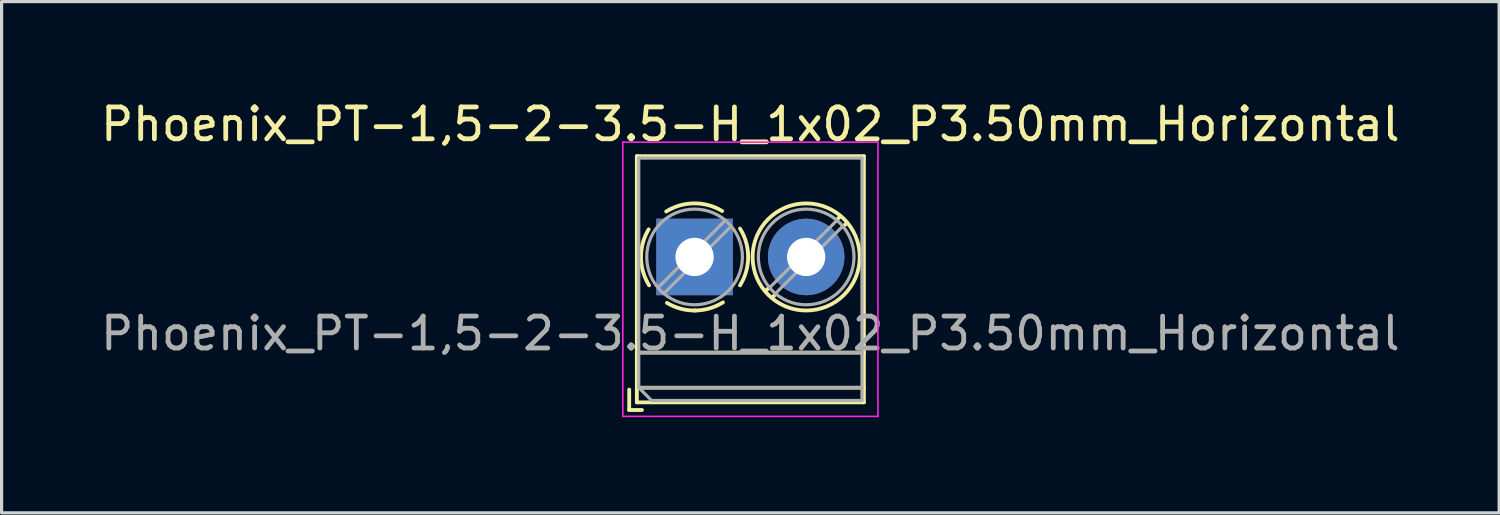
<source format=kicad_pcb>
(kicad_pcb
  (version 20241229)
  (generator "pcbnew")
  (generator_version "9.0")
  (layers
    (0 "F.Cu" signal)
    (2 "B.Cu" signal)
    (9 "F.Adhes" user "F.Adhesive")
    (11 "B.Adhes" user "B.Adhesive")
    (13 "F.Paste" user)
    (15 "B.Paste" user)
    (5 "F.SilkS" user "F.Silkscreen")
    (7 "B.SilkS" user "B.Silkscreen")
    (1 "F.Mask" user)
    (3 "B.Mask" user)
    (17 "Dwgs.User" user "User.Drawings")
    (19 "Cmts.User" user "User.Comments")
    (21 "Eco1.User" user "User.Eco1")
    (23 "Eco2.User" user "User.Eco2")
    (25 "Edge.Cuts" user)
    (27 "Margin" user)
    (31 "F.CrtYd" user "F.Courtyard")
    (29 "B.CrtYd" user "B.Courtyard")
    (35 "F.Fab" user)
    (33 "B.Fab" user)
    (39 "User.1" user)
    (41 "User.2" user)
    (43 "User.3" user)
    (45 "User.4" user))
  (footprint "Phoenix_PT-1,5-2-3.5-H_1x02_P3.50mm_Horizontal"
    (layer "F.Cu")
    (at 18.732 5.008)
    (property "Reference" "Phoenix_PT-1,5-2-3.5-H_1x02_P3.50mm_Horizontal" (at 1.75 -4.16 0) (layer "F.SilkS") (effects (font (size 1 1) (thickness 0.15))))
    (attr through_hole)
    (fp_line (start -2.05 4.16) (end -2.05 4.8) (stroke (width 0.12) (type solid)) (layer "F.SilkS"))
    (fp_line (start -2.05 4.8) (end -1.65 4.8) (stroke (width 0.12) (type solid)) (layer "F.SilkS"))
    (fp_line (start -1.81 -3.16) (end -1.81 4.56) (stroke (width 0.12) (type solid)) (layer "F.SilkS"))
    (fp_line (start -1.81 -3.16) (end 5.31 -3.16) (stroke (width 0.12) (type solid)) (layer "F.SilkS"))
    (fp_line (start -1.81 3) (end 5.31 3) (stroke (width 0.12) (type solid)) (layer "F.SilkS"))
    (fp_line (start -1.81 4.1) (end 5.31 4.1) (stroke (width 0.12) (type solid)) (layer "F.SilkS"))
    (fp_line (start -1.81 4.56) (end 5.31 4.56) (stroke (width 0.12) (type solid)) (layer "F.SilkS"))
    (fp_line (start 2.355 0.941) (end 2.226 1.069) (stroke (width 0.12) (type solid)) (layer "F.SilkS"))
    (fp_line (start 2.525 1.181) (end 2.431 1.274) (stroke (width 0.12) (type solid)) (layer "F.SilkS"))
    (fp_line (start 4.57 -1.275) (end 4.476 -1.181) (stroke (width 0.12) (type solid)) (layer "F.SilkS"))
    (fp_line (start 4.775 -1.069) (end 4.646 -0.941) (stroke (width 0.12) (type solid)) (layer "F.SilkS"))
    (fp_line (start 5.31 -3.16) (end 5.31 4.56) (stroke (width 0.12) (type solid)) (layer "F.SilkS"))
    (fp_arc (start -1.425358 0.889894) (mid -1.680286 0.014012) (end -1.44 -0.866) (stroke (width 0.12) (type solid)) (layer "F.SilkS"))
    (fp_arc (start -0.889894 -1.425358) (mid -0.014012 -1.680286) (end 0.866 -1.44) (stroke (width 0.12) (type solid)) (layer "F.SilkS"))
    (fp_arc (start 0.028674 1.680099) (mid -0.435535 1.622918) (end -0.866 1.44) (stroke (width 0.12) (type solid)) (layer "F.SilkS"))
    (fp_arc (start 0.890264 1.424721) (mid 0.463071 1.61492) (end 0 1.68) (stroke (width 0.12) (type solid)) (layer "F.SilkS"))
    (fp_arc (start 1.425504 -0.890193) (mid 1.680626 0.000476) (end 1.425 0.891) (stroke (width 0.12) (type solid)) (layer "F.SilkS"))
    (fp_circle (center 3.5 0) (end 5.18 0) (stroke (width 0.12) (type solid)) (fill no) (layer "F.SilkS"))
    (fp_line (start -2.25 -3.6) (end -2.25 5) (stroke (width 0.05) (type solid)) (layer "F.CrtYd"))
    (fp_line (start -2.25 5) (end 5.75 5) (stroke (width 0.05) (type solid)) (layer "F.CrtYd"))
    (fp_line (start 5.75 -3.6) (end -2.25 -3.6) (stroke (width 0.05) (type solid)) (layer "F.CrtYd"))
    (fp_line (start 5.75 5) (end 5.75 -3.6) (stroke (width 0.05) (type solid)) (layer "F.CrtYd"))
    (fp_line (start -1.75 -3.1) (end 5.25 -3.1) (stroke (width 0.1) (type solid)) (layer "F.Fab"))
    (fp_line (start -1.75 3) (end 5.25 3) (stroke (width 0.1) (type solid)) (layer "F.Fab"))
    (fp_line (start -1.75 4.1) (end -1.75 -3.1) (stroke (width 0.1) (type solid)) (layer "F.Fab"))
    (fp_line (start -1.75 4.1) (end 5.25 4.1) (stroke (width 0.1) (type solid)) (layer "F.Fab"))
    (fp_line (start -1.35 4.5) (end -1.75 4.1) (stroke (width 0.1) (type solid)) (layer "F.Fab"))
    (fp_line (start 0.955 -1.138) (end -1.138 0.955) (stroke (width 0.1) (type solid)) (layer "F.Fab"))
    (fp_line (start 1.138 -0.955) (end -0.955 1.138) (stroke (width 0.1) (type solid)) (layer "F.Fab"))
    (fp_line (start 4.455 -1.138) (end 2.363 0.955) (stroke (width 0.1) (type solid)) (layer "F.Fab"))
    (fp_line (start 4.638 -0.955) (end 2.546 1.138) (stroke (width 0.1) (type solid)) (layer "F.Fab"))
    (fp_line (start 5.25 -3.1) (end 5.25 4.5) (stroke (width 0.1) (type solid)) (layer "F.Fab"))
    (fp_line (start 5.25 4.5) (end -1.35 4.5) (stroke (width 0.1) (type solid)) (layer "F.Fab"))
    (fp_circle (center 0 0) (end 1.5 0) (stroke (width 0.1) (type solid)) (fill no) (layer "F.Fab"))
    (fp_circle (center 3.5 0) (end 5 0) (stroke (width 0.1) (type solid)) (fill no) (layer "F.Fab"))
    (fp_text user "${REFERENCE}" (at 1.75 2.4 0) (layer "F.Fab") (effects (font (size 1 1) (thickness 0.15))))
    (pad "1" thru_hole rect (at 0 0) (size 2.4 2.4) (drill 1.2) (layers "*.Cu" "*.Mask"))
    (pad "2" thru_hole circle (at 3.5 0) (size 2.4 2.4) (drill 1.2) (layers "*.Cu" "*.Mask")))
  (gr_rect
    (start -3 -3)
    (end 43.964 13.033)
    (stroke (width 0.1) (type default))
    (fill no)
    (layer "Edge.Cuts")))
</source>
